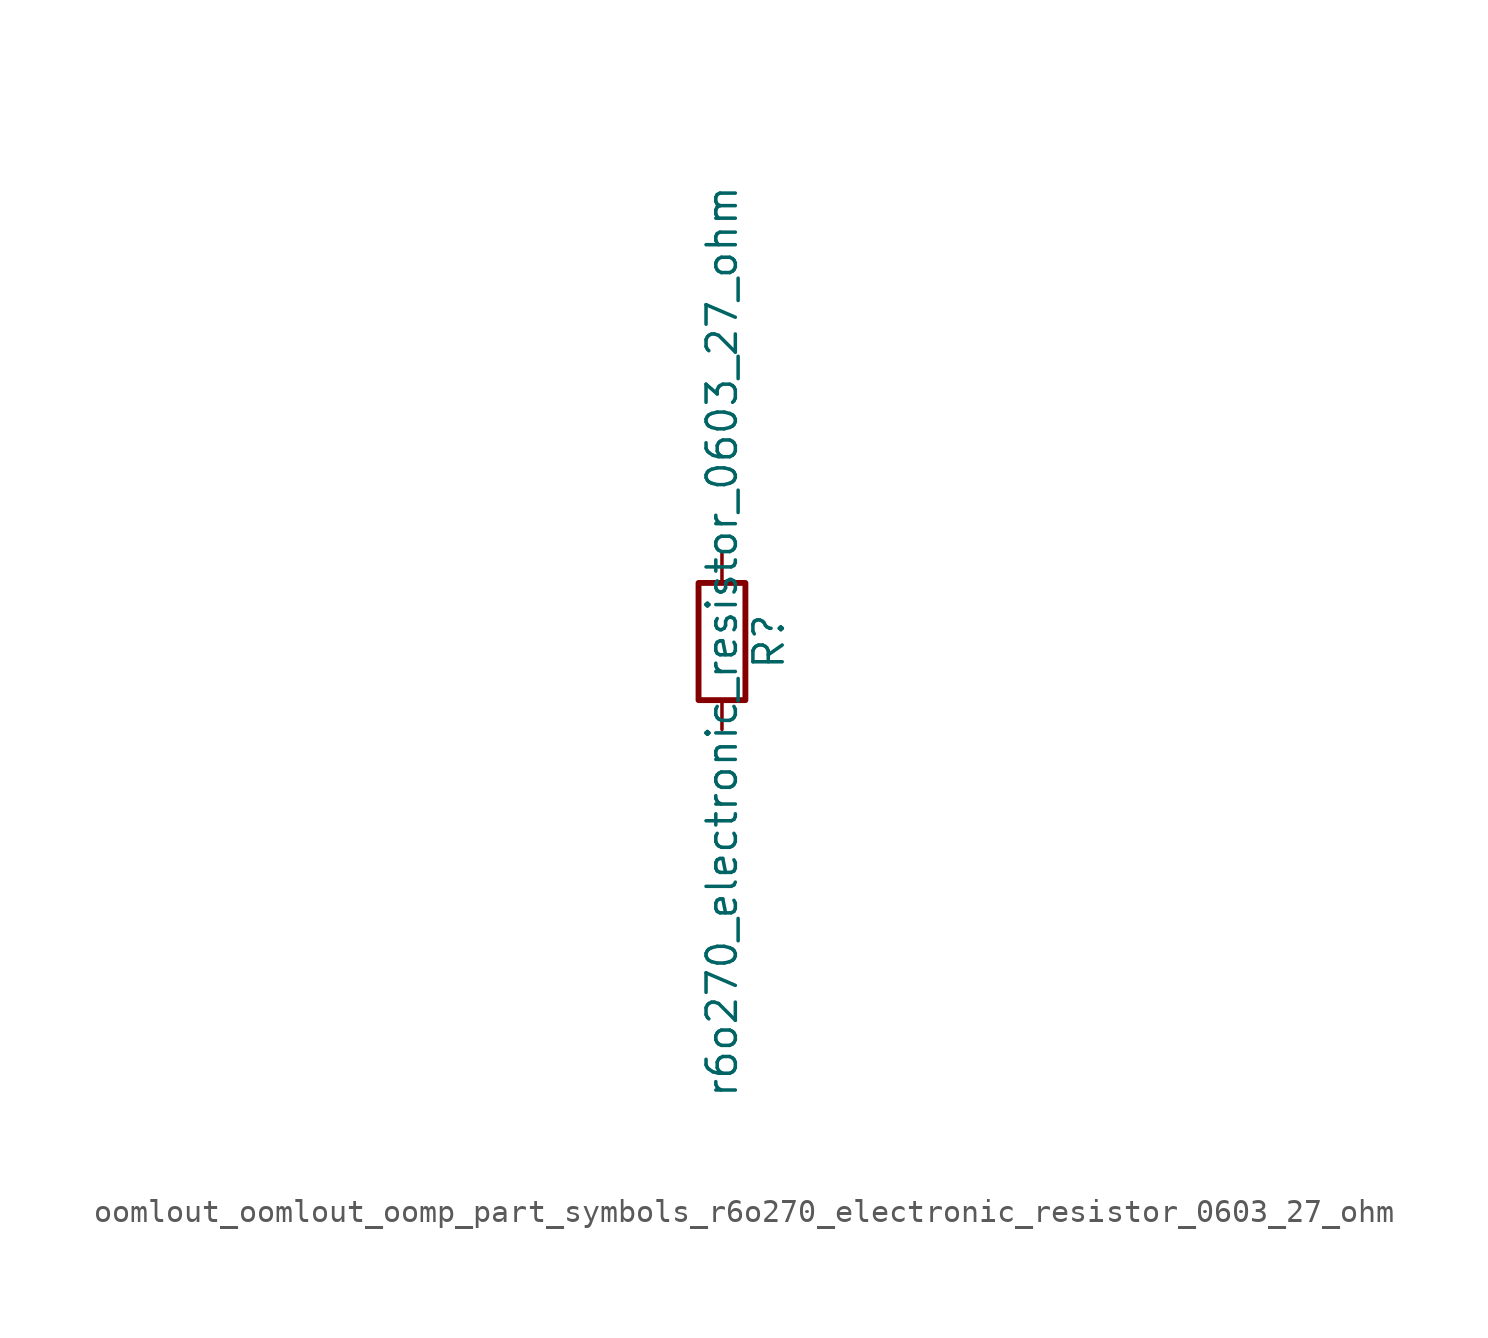
<source format=kicad_sym>
(kicad_symbol_lib
  (version 20220914)
  (generator kicad_symbol_editor)
  (symbol "oomlout_oomlout_oomp_part_symbols_r6o270_electronic_resistor_0603_27_ohm"
    (pin_numbers hide)
    (pin_names
      (offset 0))
    (property "Reference" "R"
      (at 2.032 0 90)
      (effects (font (size 1.27 1.27))))
    (property "Value" "r6o270_electronic_resistor_0603_27_ohm"
      (at 0 0 90)
      (effects (font (size 1.27 1.27))))
    (symbol "oomlout_oomlout_oomp_part_symbols_r6o270_electronic_resistor_0603_27_ohm_0_1"
      (rectangle (start -1.016 -2.54) (end 1.016 2.54) (stroke (width 0.254) (type default)) (fill (type none))))
    (symbol "oomlout_oomlout_oomp_part_symbols_r6o270_electronic_resistor_0603_27_ohm_1_1"
      (pin passive line (at 0 3.81 270) (length 1.27) (name "~" (effects (font (size 1.27 1.27)))) (number "1" (effects (font (size 1.27 1.27)))))
      (pin passive line (at 0 -3.81 90) (length 1.27) (name "~" (effects (font (size 1.27 1.27)))) (number "2" (effects (font (size 1.27 1.27))))))))
</source>
